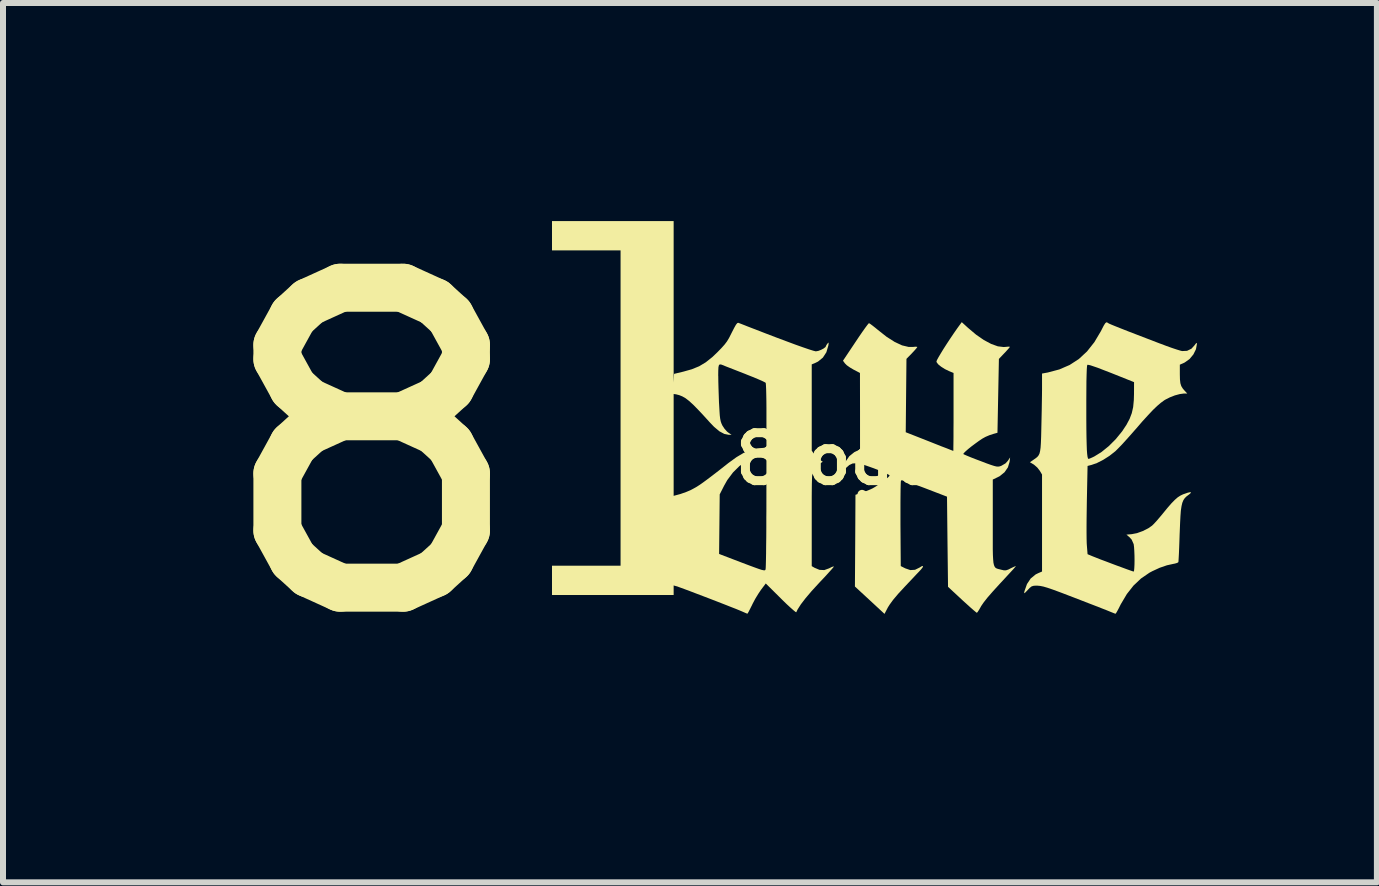
<source format=kicad_pcb>
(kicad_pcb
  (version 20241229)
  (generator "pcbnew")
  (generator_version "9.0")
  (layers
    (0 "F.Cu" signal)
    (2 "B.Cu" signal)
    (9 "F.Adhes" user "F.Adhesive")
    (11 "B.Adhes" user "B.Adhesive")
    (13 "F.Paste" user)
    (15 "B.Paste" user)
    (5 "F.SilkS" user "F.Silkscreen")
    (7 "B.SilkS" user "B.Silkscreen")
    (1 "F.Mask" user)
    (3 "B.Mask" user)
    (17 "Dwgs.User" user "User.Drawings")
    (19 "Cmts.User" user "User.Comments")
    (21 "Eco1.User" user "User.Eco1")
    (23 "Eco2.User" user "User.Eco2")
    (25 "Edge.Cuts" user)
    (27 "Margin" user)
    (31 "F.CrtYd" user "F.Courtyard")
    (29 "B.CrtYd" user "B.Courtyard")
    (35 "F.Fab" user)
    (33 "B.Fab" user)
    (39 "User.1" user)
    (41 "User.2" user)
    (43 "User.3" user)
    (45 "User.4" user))
  (footprint "8logo"
    (layer "F.Cu")
    (at 10.9 4.6)
    (property "Reference" "8logo" (at 0 0 0) (layer "F.SilkS") (effects (font (size 0.8 0.8) (thickness 0.15))))
    (attr board_only exclude_from_pos_files exclude_from_bom)
    (fp_poly (pts (xy 2.185 -2.186) (xy 2.32 -2.072) (xy 2.45 -1.982) (xy 2.572 -1.917) (xy 2.683 -1.877) (xy 2.782 -1.865) (xy 2.818 -1.868) (xy 2.859 -1.872) (xy 2.882 -1.87) (xy 2.884 -1.868) (xy 2.873 -1.852) (xy 2.844 -1.819) (xy 2.804 -1.775) (xy 2.792 -1.763) (xy 2.701 -1.667) (xy 2.689 -1.051) (xy 2.677 -0.436) (xy 2.609 -0.417) (xy 2.547 -0.397) (xy 2.483 -0.37) (xy 2.473 -0.365) (xy 2.426 -0.339) (xy 2.369 -0.301) (xy 2.307 -0.256) (xy 2.244 -0.209) (xy 2.188 -0.164) (xy 2.143 -0.124) (xy 2.114 -0.095) (xy 2.108 -0.081) (xy 2.128 -0.071) (xy 2.174 -0.051) (xy 2.24 -0.024) (xy 2.322 0.008) (xy 2.397 0.036) (xy 2.496 0.074) (xy 2.569 0.1) (xy 2.622 0.117) (xy 2.659 0.126) (xy 2.687 0.128) (xy 2.711 0.125) (xy 2.736 0.117) (xy 2.739 0.116) (xy 2.81 0.075) (xy 2.848 0.034) (xy 2.888 -0.025) (xy 2.879 0.049) (xy 2.851 0.141) (xy 2.795 0.222) (xy 2.715 0.287) (xy 2.686 0.302) (xy 2.599 0.344) (xy 2.599 1.058) (xy 2.599 1.236) (xy 2.599 1.384) (xy 2.599 1.504) (xy 2.601 1.6) (xy 2.605 1.674) (xy 2.61 1.73) (xy 2.619 1.77) (xy 2.631 1.798) (xy 2.646 1.816) (xy 2.666 1.827) (xy 2.691 1.835) (xy 2.721 1.842) (xy 2.736 1.846) (xy 2.783 1.857) (xy 2.819 1.857) (xy 2.858 1.844) (xy 2.899 1.823) (xy 2.945 1.801) (xy 2.976 1.788) (xy 2.984 1.787) (xy 2.973 1.801) (xy 2.943 1.836) (xy 2.895 1.888) (xy 2.834 1.954) (xy 2.763 2.031) (xy 2.719 2.078) (xy 2.605 2.203) (xy 2.514 2.307) (xy 2.447 2.392) (xy 2.404 2.455) (xy 2.4 2.463) (xy 2.371 2.514) (xy 2.347 2.551) (xy 2.334 2.565) (xy 2.333 2.565) (xy 2.318 2.554) (xy 2.282 2.524) (xy 2.229 2.478) (xy 2.165 2.42) (xy 2.091 2.353) (xy 2.087 2.349) (xy 1.853 2.132) (xy 1.844 1.381) (xy 1.836 0.629) (xy 1.459 0.484) (xy 1.334 0.437) (xy 1.237 0.401) (xy 1.166 0.377) (xy 1.116 0.362) (xy 1.085 0.357) (xy 1.07 0.359) (xy 1.069 0.361) (xy 1.066 0.382) (xy 1.064 0.433) (xy 1.062 0.51) (xy 1.061 0.61) (xy 1.06 0.729) (xy 1.06 0.864) (xy 1.06 1.01) (xy 1.06 1.084) (xy 1.065 1.786) (xy 1.14 1.824) (xy 1.224 1.853) (xy 1.303 1.848) (xy 1.378 1.811) (xy 1.38 1.81) (xy 1.419 1.786) (xy 1.436 1.786) (xy 1.431 1.806) (xy 1.401 1.845) (xy 1.397 1.849) (xy 1.37 1.878) (xy 1.323 1.927) (xy 1.264 1.99) (xy 1.195 2.063) (xy 1.128 2.134) (xy 1.019 2.252) (xy 0.936 2.351) (xy 0.878 2.431) (xy 0.851 2.474) (xy 0.794 2.583) (xy 0.548 2.355) (xy 0.301 2.127) (xy 0.306 1.362) (xy 0.31 0.598) (xy 0.419 0.562) (xy 0.488 0.537) (xy 0.554 0.51) (xy 0.595 0.491) (xy 0.643 0.463) (xy 0.7 0.425) (xy 0.758 0.383) (xy 0.812 0.342) (xy 0.854 0.307) (xy 0.877 0.282) (xy 0.88 0.276) (xy 0.865 0.264) (xy 0.825 0.243) (xy 0.766 0.216) (xy 0.694 0.187) (xy 0.615 0.156) (xy 0.536 0.128) (xy 0.464 0.103) (xy 0.411 0.088) (xy 0.327 0.072) (xy 0.262 0.076) (xy 0.207 0.102) (xy 0.156 0.147) (xy 0.098 0.21) (xy 0.11 0.151) (xy 0.146 0.043) (xy 0.208 -0.046) (xy 0.291 -0.113) (xy 0.333 -0.133) (xy 0.386 -0.155) (xy 0.386 -0.794) (xy 0.385 -1.433) (xy 0.276 -1.49) (xy 0.217 -1.525) (xy 0.166 -1.561) (xy 0.135 -1.592) (xy 0.135 -1.592) (xy 0.102 -1.637) (xy 0.311 -1.95) (xy 0.372 -2.041) (xy 0.427 -2.121) (xy 0.474 -2.187) (xy 0.509 -2.234) (xy 0.531 -2.26) (xy 0.535 -2.263) (xy 0.553 -2.253) (xy 0.591 -2.225) (xy 0.642 -2.185) (xy 0.682 -2.152) (xy 0.829 -2.036) (xy 0.964 -1.95) (xy 1.086 -1.893) (xy 1.195 -1.867) (xy 1.27 -1.867) (xy 1.313 -1.871) (xy 1.339 -1.868) (xy 1.341 -1.865) (xy 1.33 -1.849) (xy 1.301 -1.815) (xy 1.26 -1.771) (xy 1.251 -1.761) (xy 1.16 -1.668) (xy 1.154 -1.057) (xy 1.148 -0.445) (xy 1.542 -0.29) (xy 1.65 -0.247) (xy 1.746 -0.209) (xy 1.828 -0.178) (xy 1.89 -0.153) (xy 1.929 -0.138) (xy 1.941 -0.134) (xy 1.942 -0.15) (xy 1.942 -0.196) (xy 1.943 -0.269) (xy 1.944 -0.364) (xy 1.944 -0.478) (xy 1.945 -0.608) (xy 1.945 -0.749) (xy 1.945 -0.784) (xy 1.945 -1.433) (xy 1.87 -1.464) (xy 1.8 -1.498) (xy 1.737 -1.538) (xy 1.689 -1.577) (xy 1.663 -1.612) (xy 1.66 -1.625) (xy 1.669 -1.649) (xy 1.694 -1.695) (xy 1.732 -1.759) (xy 1.779 -1.836) (xy 1.833 -1.92) (xy 1.891 -2.008) (xy 1.949 -2.094) (xy 2.004 -2.173) (xy 2.024 -2.201) (xy 2.082 -2.28)) (stroke (width 0) (type solid)) (fill yes) (layer "F.SilkS"))
    (fp_poly (pts (xy 4.508 -2.274) (xy 4.519 -2.266) (xy 4.537 -2.256) (xy 4.578 -2.238) (xy 4.644 -2.211) (xy 4.737 -2.174) (xy 4.856 -2.127) (xy 5.004 -2.07) (xy 5.181 -2.002) (xy 5.389 -1.922) (xy 5.399 -1.919) (xy 5.496 -1.882) (xy 5.586 -1.85) (xy 5.664 -1.824) (xy 5.723 -1.806) (xy 5.755 -1.798) (xy 5.838 -1.802) (xy 5.91 -1.837) (xy 5.961 -1.893) (xy 5.987 -1.927) (xy 5.999 -1.934) (xy 6.002 -1.919) (xy 5.986 -1.829) (xy 5.943 -1.742) (xy 5.879 -1.665) (xy 5.799 -1.608) (xy 5.785 -1.601) (xy 5.717 -1.571) (xy 5.717 -1.413) (xy 5.719 -1.325) (xy 5.726 -1.262) (xy 5.741 -1.214) (xy 5.767 -1.172) (xy 5.798 -1.136) (xy 5.841 -1.09) (xy 5.782 -1.09) (xy 5.716 -1.081) (xy 5.634 -1.059) (xy 5.55 -1.026) (xy 5.475 -0.988) (xy 5.457 -0.977) (xy 5.401 -0.936) (xy 5.34 -0.884) (xy 5.27 -0.817) (xy 5.189 -0.731) (xy 5.093 -0.626) (xy 4.981 -0.496) (xy 4.976 -0.491) (xy 4.899 -0.403) (xy 4.822 -0.317) (xy 4.751 -0.239) (xy 4.689 -0.175) (xy 4.644 -0.13) (xy 4.639 -0.126) (xy 4.545 -0.052) (xy 4.44 0.015) (xy 4.336 0.068) (xy 4.248 0.099) (xy 4.179 0.117) (xy 4.167 0.702) (xy 4.165 0.847) (xy 4.163 0.987) (xy 4.162 1.119) (xy 4.162 1.236) (xy 4.163 1.333) (xy 4.165 1.406) (xy 4.167 1.438) (xy 4.179 1.588) (xy 4.265 1.624) (xy 4.321 1.646) (xy 4.394 1.675) (xy 4.48 1.707) (xy 4.572 1.742) (xy 4.665 1.777) (xy 4.753 1.809) (xy 4.831 1.838) (xy 4.893 1.86) (xy 4.934 1.874) (xy 4.948 1.878) (xy 4.954 1.862) (xy 4.958 1.82) (xy 4.961 1.76) (xy 4.962 1.687) (xy 4.961 1.61) (xy 4.958 1.535) (xy 4.954 1.471) (xy 4.948 1.423) (xy 4.946 1.417) (xy 4.914 1.345) (xy 4.879 1.306) (xy 4.827 1.262) (xy 4.916 1.254) (xy 5.003 1.237) (xy 5.1 1.202) (xy 5.191 1.156) (xy 5.253 1.113) (xy 5.285 1.082) (xy 5.331 1.032) (xy 5.384 0.97) (xy 5.429 0.916) (xy 5.511 0.816) (xy 5.578 0.739) (xy 5.634 0.682) (xy 5.682 0.64) (xy 5.727 0.611) (xy 5.773 0.589) (xy 5.78 0.587) (xy 5.849 0.563) (xy 5.89 0.554) (xy 5.904 0.559) (xy 5.889 0.578) (xy 5.864 0.598) (xy 5.828 0.625) (xy 5.799 0.654) (xy 5.776 0.688) (xy 5.758 0.732) (xy 5.745 0.788) (xy 5.734 0.862) (xy 5.727 0.957) (xy 5.721 1.077) (xy 5.715 1.226) (xy 5.714 1.246) (xy 5.71 1.367) (xy 5.706 1.477) (xy 5.702 1.572) (xy 5.698 1.647) (xy 5.695 1.698) (xy 5.693 1.72) (xy 5.693 1.72) (xy 5.674 1.733) (xy 5.633 1.745) (xy 5.611 1.749) (xy 5.502 1.773) (xy 5.38 1.815) (xy 5.259 1.871) (xy 5.21 1.897) (xy 5.07 1.993) (xy 4.945 2.111) (xy 4.834 2.252) (xy 4.733 2.422) (xy 4.701 2.486) (xy 4.675 2.535) (xy 4.655 2.569) (xy 4.645 2.581) (xy 4.624 2.574) (xy 4.602 2.565) (xy 4.562 2.549) (xy 4.496 2.522) (xy 4.409 2.488) (xy 4.307 2.448) (xy 4.195 2.405) (xy 4.079 2.36) (xy 3.963 2.315) (xy 3.853 2.273) (xy 3.754 2.235) (xy 3.714 2.22) (xy 3.6 2.178) (xy 3.512 2.148) (xy 3.444 2.128) (xy 3.39 2.117) (xy 3.346 2.113) (xy 3.338 2.112) (xy 3.284 2.114) (xy 3.248 2.124) (xy 3.215 2.149) (xy 3.182 2.184) (xy 3.145 2.223) (xy 3.126 2.239) (xy 3.122 2.234) (xy 3.126 2.21) (xy 3.127 2.205) (xy 3.169 2.086) (xy 3.231 1.993) (xy 3.314 1.925) (xy 3.357 1.904) (xy 3.42 1.877) (xy 3.42 1.069) (xy 3.42 0.26) (xy 3.381 0.195) (xy 3.341 0.144) (xy 3.291 0.1) (xy 3.28 0.092) (xy 3.218 0.055) (xy 3.285 0.009) (xy 3.318 -0.014) (xy 3.343 -0.035) (xy 3.363 -0.06) (xy 3.378 -0.091) (xy 3.388 -0.133) (xy 3.396 -0.19) (xy 3.401 -0.267) (xy 3.405 -0.368) (xy 3.408 -0.496) (xy 3.409 -0.545) (xy 3.412 -0.678) (xy 3.415 -0.814) (xy 3.416 -0.882) (xy 4.158 -0.882) (xy 4.158 -0.677) (xy 4.159 -0.504) (xy 4.161 -0.36) (xy 4.164 -0.244) (xy 4.167 -0.153) (xy 4.172 -0.085) (xy 4.178 -0.038) (xy 4.185 -0.011) (xy 4.193 -0.000234) (xy 4.194 0) (xy 4.217 -0.007) (xy 4.258 -0.025) (xy 4.291 -0.041) (xy 4.411 -0.115) (xy 4.533 -0.214) (xy 4.65 -0.331) (xy 4.755 -0.46) (xy 4.828 -0.57) (xy 4.88 -0.668) (xy 4.916 -0.763) (xy 4.939 -0.864) (xy 4.95 -0.981) (xy 4.953 -1.08) (xy 4.954 -1.28) (xy 4.719 -1.374) (xy 4.569 -1.434) (xy 4.447 -1.481) (xy 4.352 -1.518) (xy 4.279 -1.543) (xy 4.228 -1.56) (xy 4.194 -1.568) (xy 4.177 -1.569) (xy 4.175 -1.568) (xy 4.17 -1.548) (xy 4.166 -1.495) (xy 4.163 -1.411) (xy 4.16 -1.295) (xy 4.159 -1.148) (xy 4.158 -0.972) (xy 4.158 -0.882) (xy 3.416 -0.882) (xy 3.417 -0.944) (xy 3.419 -1.062) (xy 3.42 -1.158) (xy 3.42 -1.202) (xy 3.42 -1.423) (xy 3.517 -1.441) (xy 3.709 -1.492) (xy 3.88 -1.566) (xy 4.033 -1.665) (xy 4.17 -1.792) (xy 4.292 -1.946) (xy 4.402 -2.131) (xy 4.416 -2.159) (xy 4.449 -2.223) (xy 4.473 -2.261) (xy 4.491 -2.277)) (stroke (width 0) (type solid)) (fill yes) (layer "F.SilkS"))
    (fp_poly (pts (xy -1.643 -2.269) (xy -1.619 -2.26) (xy -1.57 -2.241) (xy -1.502 -2.214) (xy -1.422 -2.183) (xy -1.383 -2.168) (xy -1.179 -2.089) (xy -0.993 -2.018) (xy -0.827 -1.956) (xy -0.682 -1.902) (xy -0.56 -1.859) (xy -0.464 -1.826) (xy -0.394 -1.804) (xy -0.354 -1.794) (xy -0.347 -1.794) (xy -0.308 -1.801) (xy -0.262 -1.819) (xy -0.219 -1.842) (xy -0.19 -1.865) (xy -0.184 -1.876) (xy -0.175 -1.897) (xy -0.158 -1.921) (xy -0.142 -1.939) (xy -0.137 -1.934) (xy -0.14 -1.903) (xy -0.143 -1.887) (xy -0.175 -1.778) (xy -0.233 -1.689) (xy -0.314 -1.623) (xy -0.356 -1.602) (xy -0.419 -1.576) (xy -0.419 -0.857) (xy -0.419 -0.139) (xy -0.381 -0.083) (xy -0.341 -0.034) (xy -0.293 0.007) (xy -0.289 0.011) (xy -0.235 0.047) (xy -0.293 0.082) (xy -0.342 0.119) (xy -0.382 0.166) (xy -0.385 0.171) (xy -0.393 0.185) (xy -0.4 0.201) (xy -0.405 0.222) (xy -0.409 0.252) (xy -0.413 0.292) (xy -0.415 0.346) (xy -0.417 0.418) (xy -0.418 0.51) (xy -0.419 0.626) (xy -0.419 0.767) (xy -0.419 0.938) (xy -0.419 1.007) (xy -0.419 1.787) (xy -0.373 1.814) (xy -0.29 1.849) (xy -0.21 1.853) (xy -0.13 1.824) (xy -0.126 1.822) (xy -0.084 1.801) (xy -0.056 1.792) (xy -0.05 1.794) (xy -0.061 1.81) (xy -0.092 1.846) (xy -0.14 1.899) (xy -0.2 1.965) (xy -0.271 2.04) (xy -0.299 2.07) (xy -0.422 2.204) (xy -0.523 2.323) (xy -0.601 2.425) (xy -0.655 2.51) (xy -0.677 2.556) (xy -0.69 2.55) (xy -0.723 2.523) (xy -0.773 2.479) (xy -0.836 2.421) (xy -0.908 2.351) (xy -0.934 2.325) (xy -1.185 2.076) (xy -1.265 2.182) (xy -1.31 2.249) (xy -1.36 2.331) (xy -1.404 2.414) (xy -1.414 2.435) (xy -1.445 2.497) (xy -1.47 2.546) (xy -1.487 2.575) (xy -1.492 2.58) (xy -1.511 2.573) (xy -1.55 2.556) (xy -1.584 2.541) (xy -1.622 2.525) (xy -1.685 2.499) (xy -1.77 2.466) (xy -1.871 2.426) (xy -1.984 2.382) (xy -2.103 2.336) (xy -2.223 2.29) (xy -2.339 2.246) (xy -2.446 2.205) (xy -2.54 2.17) (xy -2.614 2.143) (xy -2.665 2.124) (xy -2.671 2.123) (xy -2.764 2.099) (xy -2.839 2.099) (xy -2.904 2.124) (xy -2.965 2.177) (xy -2.973 2.185) (xy -3.02 2.238) (xy -3.009 2.18) (xy -2.976 2.085) (xy -2.916 1.998) (xy -2.837 1.929) (xy -2.821 1.92) (xy -2.734 1.869) (xy -2.734 1.584) (xy -1.963 1.584) (xy -1.581 1.73) (xy -1.462 1.775) (xy -1.37 1.809) (xy -1.303 1.833) (xy -1.255 1.849) (xy -1.223 1.856) (xy -1.204 1.857) (xy -1.194 1.852) (xy -1.189 1.842) (xy -1.188 1.839) (xy -1.186 1.815) (xy -1.184 1.762) (xy -1.182 1.681) (xy -1.18 1.576) (xy -1.179 1.451) (xy -1.177 1.308) (xy -1.176 1.15) (xy -1.176 0.981) (xy -1.175 0.874) (xy -1.174 -0.054) (xy -1.263 -0.047) (xy -1.386 -0.021) (xy -1.508 0.036) (xy -1.624 0.119) (xy -1.732 0.226) (xy -1.827 0.353) (xy -1.879 0.445) (xy -1.953 0.591) (xy -1.958 1.088) (xy -1.963 1.584) (xy -2.734 1.584) (xy -2.733 1.387) (xy -2.733 1.247) (xy -2.734 1.136) (xy -2.734 1.051) (xy -2.736 0.986) (xy -2.74 0.939) (xy -2.744 0.903) (xy -2.751 0.876) (xy -2.76 0.853) (xy -2.771 0.829) (xy -2.774 0.823) (xy -2.807 0.765) (xy -2.844 0.709) (xy -2.859 0.69) (xy -2.886 0.656) (xy -2.892 0.641) (xy -2.879 0.637) (xy -2.868 0.637) (xy -2.796 0.63) (xy -2.704 0.611) (xy -2.605 0.584) (xy -2.509 0.55) (xy -2.438 0.52) (xy -2.393 0.496) (xy -2.346 0.47) (xy -2.294 0.437) (xy -2.235 0.396) (xy -2.164 0.344) (xy -2.078 0.279) (xy -1.974 0.199) (xy -1.848 0.1) (xy -1.809 0.069) (xy -1.674 -0.029) (xy -1.553 -0.101) (xy -1.439 -0.148) (xy -1.328 -0.174) (xy -1.295 -0.178) (xy -1.174 -0.189) (xy -1.174 -0.719) (xy -1.174 -0.85) (xy -1.175 -0.97) (xy -1.177 -1.075) (xy -1.179 -1.162) (xy -1.182 -1.225) (xy -1.185 -1.262) (xy -1.187 -1.269) (xy -1.205 -1.28) (xy -1.25 -1.302) (xy -1.317 -1.331) (xy -1.401 -1.366) (xy -1.497 -1.404) (xy -1.526 -1.416) (xy -1.626 -1.455) (xy -1.718 -1.491) (xy -1.795 -1.521) (xy -1.854 -1.544) (xy -1.887 -1.558) (xy -1.891 -1.56) (xy -1.927 -1.573) (xy -1.951 -1.576) (xy -1.966 -1.563) (xy -1.974 -1.53) (xy -1.977 -1.473) (xy -1.978 -1.387) (xy -1.977 -1.379) (xy -1.976 -1.289) (xy -1.973 -1.177) (xy -1.969 -1.057) (xy -1.965 -0.941) (xy -1.963 -0.91) (xy -1.957 -0.805) (xy -1.952 -0.727) (xy -1.945 -0.67) (xy -1.936 -0.626) (xy -1.924 -0.591) (xy -1.909 -0.558) (xy -1.873 -0.503) (xy -1.831 -0.456) (xy -1.811 -0.44) (xy -1.755 -0.402) (xy -1.803 -0.402) (xy -1.877 -0.417) (xy -1.959 -0.461) (xy -2.048 -0.536) (xy -2.117 -0.608) (xy -2.227 -0.729) (xy -2.32 -0.828) (xy -2.397 -0.906) (xy -2.463 -0.966) (xy -2.521 -1.011) (xy -2.575 -1.042) (xy -2.627 -1.063) (xy -2.681 -1.077) (xy -2.741 -1.085) (xy -2.748 -1.085) (xy -2.85 -1.094) (xy -2.792 -1.158) (xy -2.755 -1.206) (xy -2.735 -1.255) (xy -2.724 -1.32) (xy -2.713 -1.418) (xy -2.559 -1.455) (xy -2.417 -1.495) (xy -2.295 -1.545) (xy -2.185 -1.611) (xy -2.077 -1.697) (xy -1.994 -1.776) (xy -1.924 -1.848) (xy -1.872 -1.906) (xy -1.831 -1.96) (xy -1.796 -2.019) (xy -1.759 -2.092) (xy -1.751 -2.108) (xy -1.711 -2.186) (xy -1.682 -2.237) (xy -1.66 -2.264) (xy -1.644 -2.269)) (stroke (width 0) (type solid)) (fill yes) (layer "F.SilkS"))
    (fp_text user "]" (at -5.7 2.2 0) (unlocked yes) (layer "F.SilkS") (effects (font (face "Franklin Gothic Medium") (size 5 7) (thickness 0.8)) (justify left bottom)))
    (fp_text user "8" (at -10.9 2.8 0) (unlocked yes) (layer "F.SilkS") (effects (font (size 5 5.5) (thickness 0.8)) (justify left bottom))))
  (gr_rect
    (start -3 -3)
    (end 19.902 11.658)
    (stroke (width 0.1) (type default))
    (fill no)
    (layer "Edge.Cuts")))
</source>
